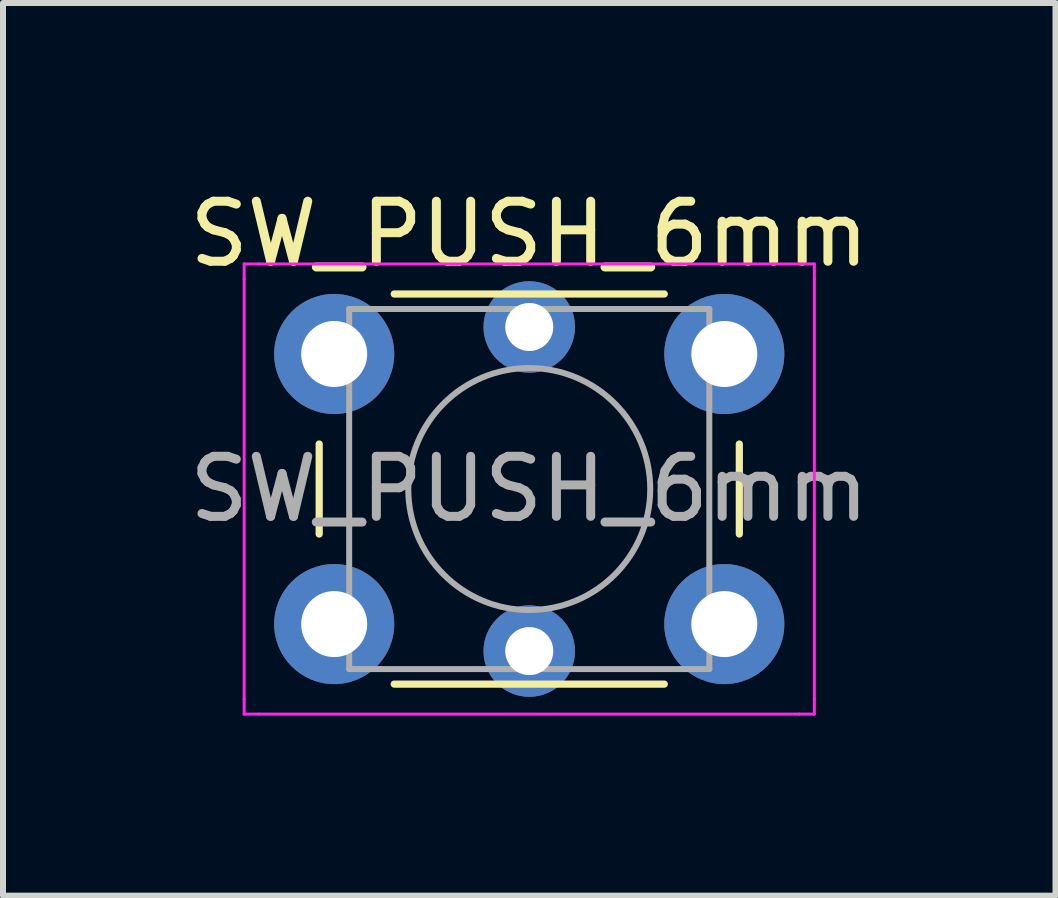
<source format=kicad_pcb>
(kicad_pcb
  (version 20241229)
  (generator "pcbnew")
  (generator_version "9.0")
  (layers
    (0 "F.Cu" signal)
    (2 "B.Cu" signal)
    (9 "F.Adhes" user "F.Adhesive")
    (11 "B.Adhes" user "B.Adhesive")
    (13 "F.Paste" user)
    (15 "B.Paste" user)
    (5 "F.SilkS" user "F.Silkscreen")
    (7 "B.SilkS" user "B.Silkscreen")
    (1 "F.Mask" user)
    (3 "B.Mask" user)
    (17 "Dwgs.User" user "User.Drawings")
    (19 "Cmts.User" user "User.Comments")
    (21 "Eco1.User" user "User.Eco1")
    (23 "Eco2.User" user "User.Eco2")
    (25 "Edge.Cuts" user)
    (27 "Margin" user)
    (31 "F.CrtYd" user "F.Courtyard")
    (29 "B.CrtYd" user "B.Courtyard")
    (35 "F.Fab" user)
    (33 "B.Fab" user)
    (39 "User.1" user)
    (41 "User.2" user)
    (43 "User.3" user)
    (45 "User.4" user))
  (footprint "SW_PUSH_6mm"
    (layer "F.Cu")
    (at 2.518 2.848)
    (property "Reference" "SW_PUSH_6mm" (at 3.25 -2 0) (layer "F.SilkS") (effects (font (size 1 1) (thickness 0.15))))
    (attr through_hole)
    (fp_line (start -0.25 1.5) (end -0.25 3) (stroke (width 0.12) (type solid)) (layer "F.SilkS"))
    (fp_line (start 1 5.5) (end 5.5 5.5) (stroke (width 0.12) (type solid)) (layer "F.SilkS"))
    (fp_line (start 5.5 -1) (end 1 -1) (stroke (width 0.12) (type solid)) (layer "F.SilkS"))
    (fp_line (start 6.75 3) (end 6.75 1.5) (stroke (width 0.12) (type solid)) (layer "F.SilkS"))
    (fp_line (start -1.5 -1.5) (end -1.25 -1.5) (stroke (width 0.05) (type solid)) (layer "F.CrtYd"))
    (fp_line (start -1.5 -1.25) (end -1.5 -1.5) (stroke (width 0.05) (type solid)) (layer "F.CrtYd"))
    (fp_line (start -1.5 5.75) (end -1.5 -1.25) (stroke (width 0.05) (type solid)) (layer "F.CrtYd"))
    (fp_line (start -1.5 5.75) (end -1.5 6) (stroke (width 0.05) (type solid)) (layer "F.CrtYd"))
    (fp_line (start -1.5 6) (end -1.25 6) (stroke (width 0.05) (type solid)) (layer "F.CrtYd"))
    (fp_line (start -1.25 -1.5) (end 7.75 -1.5) (stroke (width 0.05) (type solid)) (layer "F.CrtYd"))
    (fp_line (start 7.75 -1.5) (end 8 -1.5) (stroke (width 0.05) (type solid)) (layer "F.CrtYd"))
    (fp_line (start 7.75 6) (end -1.25 6) (stroke (width 0.05) (type solid)) (layer "F.CrtYd"))
    (fp_line (start 7.75 6) (end 8 6) (stroke (width 0.05) (type solid)) (layer "F.CrtYd"))
    (fp_line (start 8 -1.5) (end 8 -1.25) (stroke (width 0.05) (type solid)) (layer "F.CrtYd"))
    (fp_line (start 8 -1.25) (end 8 5.75) (stroke (width 0.05) (type solid)) (layer "F.CrtYd"))
    (fp_line (start 8 6) (end 8 5.75) (stroke (width 0.05) (type solid)) (layer "F.CrtYd"))
    (fp_line (start 0.25 -0.75) (end 3.25 -0.75) (stroke (width 0.1) (type solid)) (layer "F.Fab"))
    (fp_line (start 0.25 5.25) (end 0.25 -0.75) (stroke (width 0.1) (type solid)) (layer "F.Fab"))
    (fp_line (start 3.25 -0.75) (end 6.25 -0.75) (stroke (width 0.1) (type solid)) (layer "F.Fab"))
    (fp_line (start 6.25 -0.75) (end 6.25 5.25) (stroke (width 0.1) (type solid)) (layer "F.Fab"))
    (fp_line (start 6.25 5.25) (end 0.25 5.25) (stroke (width 0.1) (type solid)) (layer "F.Fab"))
    (fp_circle (center 3.25 2.25) (end 1.25 2.5) (stroke (width 0.1) (type solid)) (fill no) (layer "F.Fab"))
    (fp_text user "${REFERENCE}" (at 3.25 2.25 0) (layer "F.Fab") (effects (font (size 1 1) (thickness 0.15))))
    (pad "1" thru_hole circle (at 0 0 90) (size 2 2) (drill 1.1) (layers "*.Cu" "*.Mask"))
    (pad "1" thru_hole circle (at 6.5 0 90) (size 2 2) (drill 1.1) (layers "*.Cu" "*.Mask"))
    (pad "2" thru_hole circle (at 0 4.5 90) (size 2 2) (drill 1.1) (layers "*.Cu" "*.Mask"))
    (pad "2" thru_hole circle (at 6.5 4.5 90) (size 2 2) (drill 1.1) (layers "*.Cu" "*.Mask"))
    (pad "3" thru_hole circle (at 3.25 -0.45) (size 1.524 1.524) (drill 0.8) (layers "*.Cu" "*.Mask"))
    (pad "4" thru_hole circle (at 3.25 4.95) (size 1.524 1.524) (drill 0.8) (layers "*.Cu" "*.Mask")))
  (gr_rect
    (start -3 -3)
    (end 14.536 11.873)
    (stroke (width 0.1) (type default))
    (fill no)
    (layer "Edge.Cuts")))
</source>
